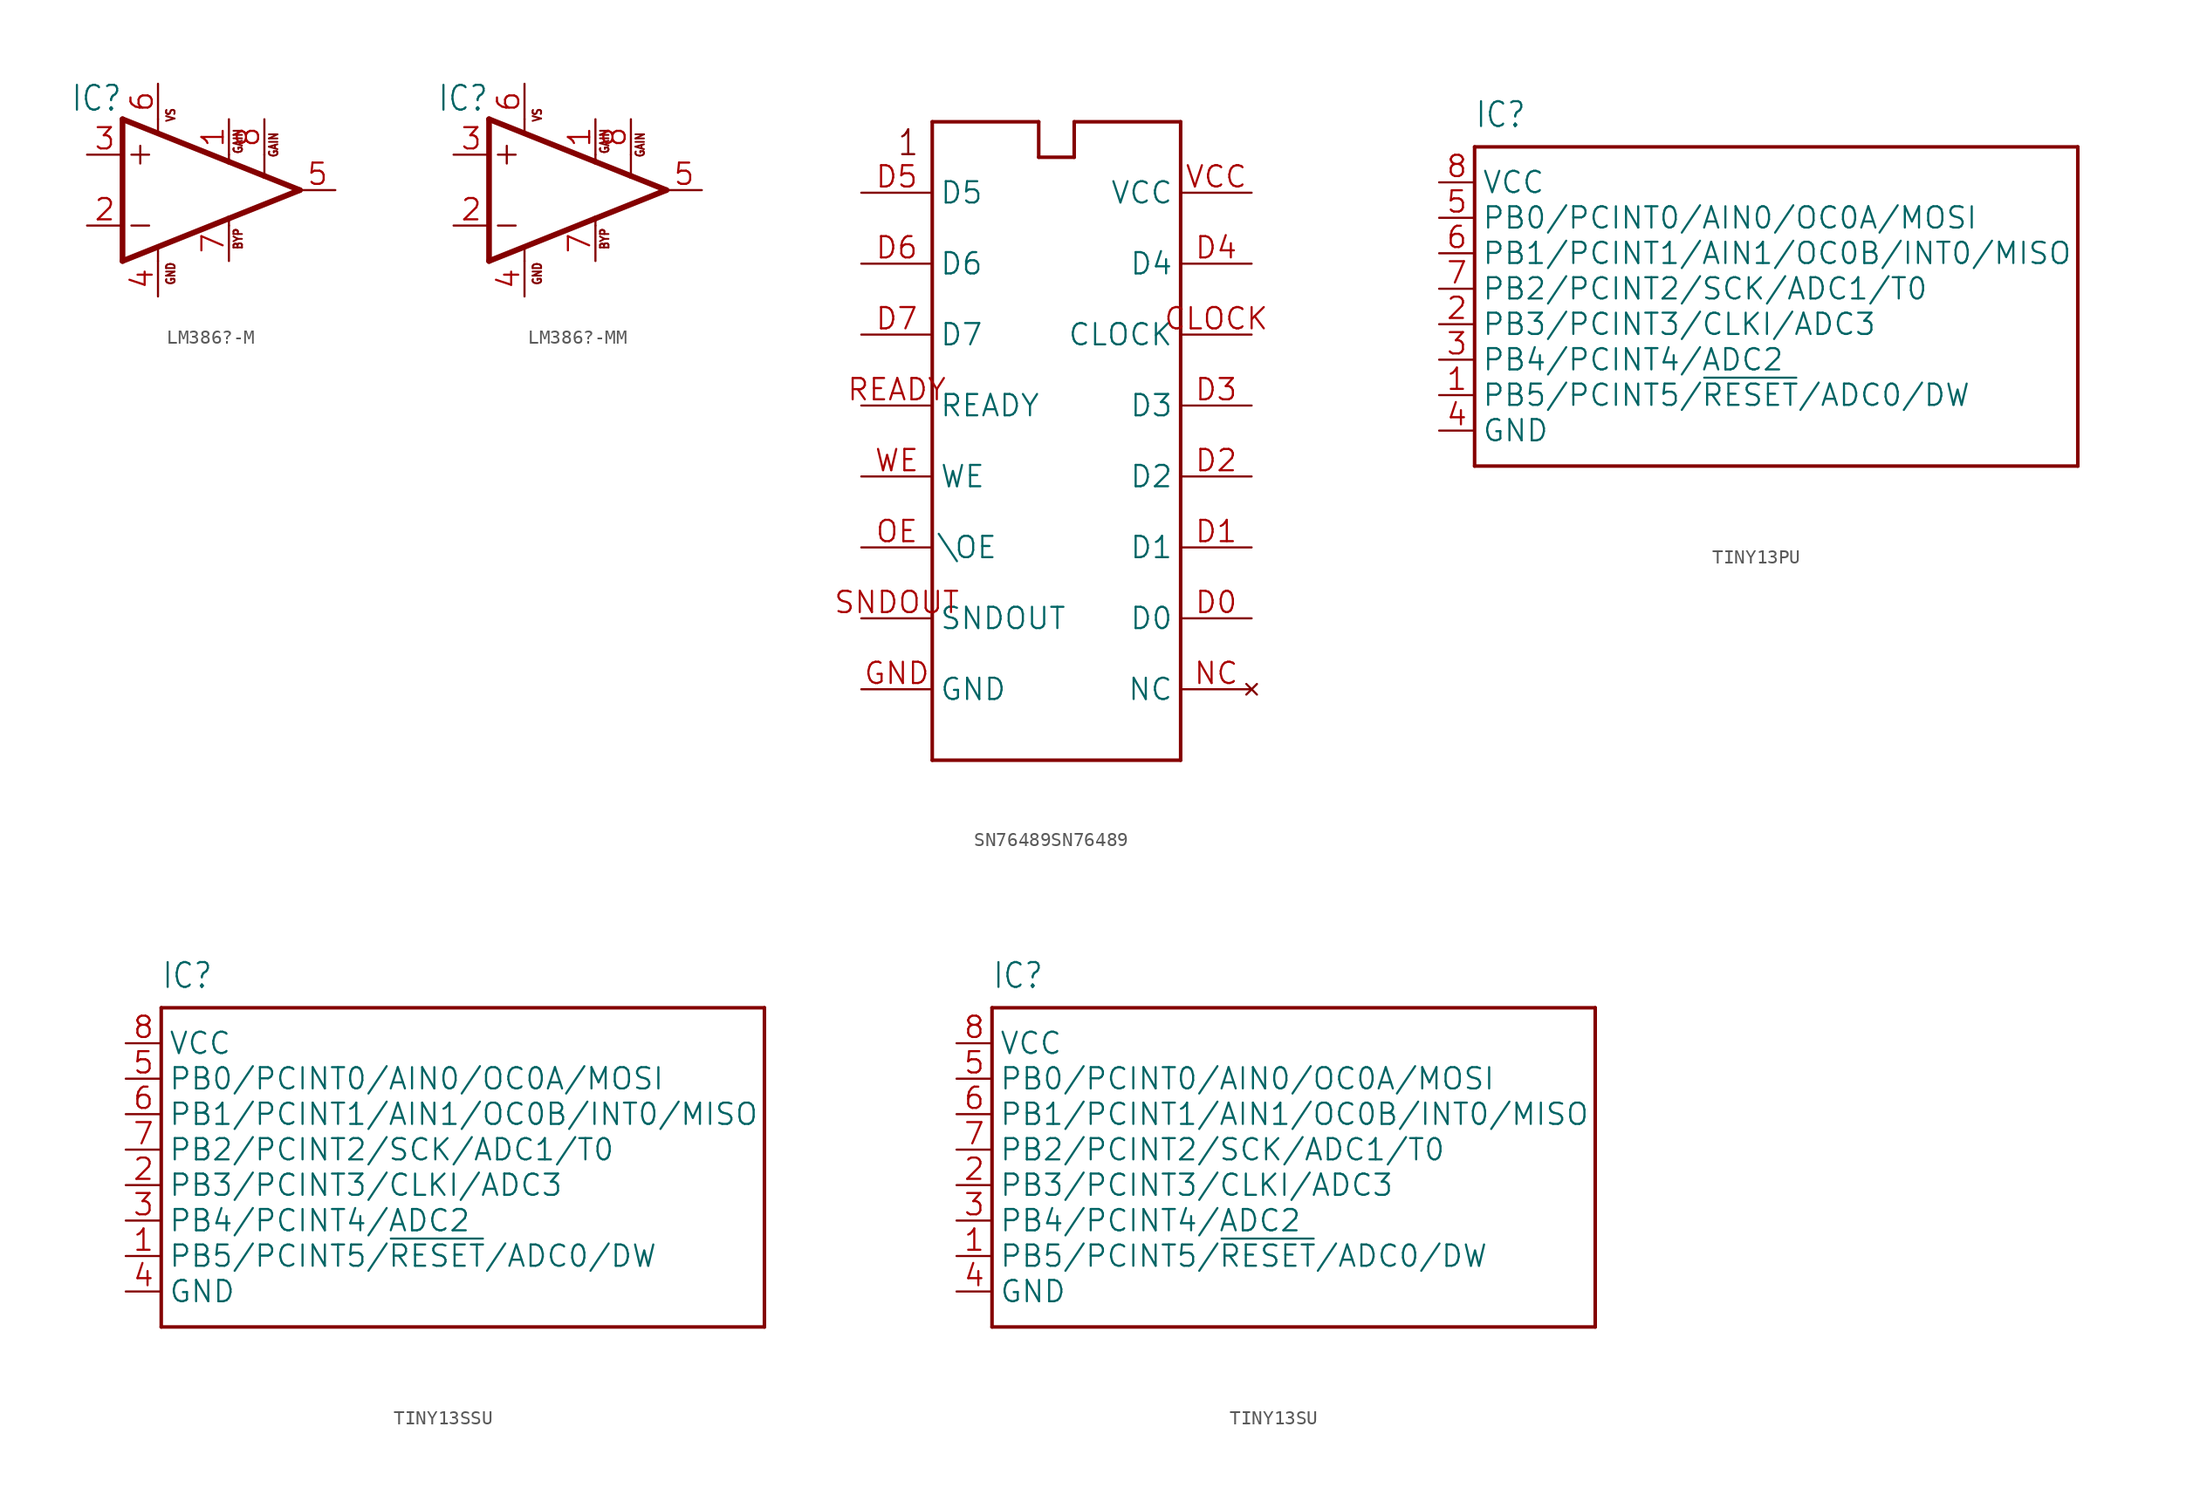
<source format=kicad_sym>
(kicad_symbol_lib
  (version 20241209)
  (generator "kicad_symbol_editor")
  (generator_version "9.0")
  (symbol "LM386?-M"
    (property "Reference" "IC"
      (at -5.08 7.62 0)
      (effects (font (size 1.778 1.511)) (justify right top)))
    (property "Value" ""
      (at 5.08 -3.81 0)
      (effects (font (size 1.778 1.511)) (justify left bottom)))
    (property "ki_locked" ""
      (at 0 0 0)
      (effects (font (size 1.27 1.27))))
    (symbol "LM386?-M_1_0"
      (polyline (pts (xy -5.08 5.08) (xy -5.08 -5.08)) (stroke (width 0.406) (type solid)) (fill (type none)))
      (polyline (pts (xy -5.08 -5.08) (xy 2.54 -2.032)) (stroke (width 0.406) (type solid)) (fill (type none)))
      (polyline (pts (xy -4.445 2.54) (xy -3.175 2.54)) (stroke (width 0.152) (type solid)) (fill (type none)))
      (polyline (pts (xy -4.445 -2.54) (xy -3.175 -2.54)) (stroke (width 0.152) (type solid)) (fill (type none)))
      (polyline (pts (xy -3.81 3.175) (xy -3.81 1.905)) (stroke (width 0.152) (type solid)) (fill (type none)))
      (polyline (pts (xy -2.54 5.08) (xy -2.54 4.14)) (stroke (width 0.152) (type solid)) (fill (type none)))
      (polyline (pts (xy -2.54 -4.14) (xy -2.54 -5.08)) (stroke (width 0.152) (type solid)) (fill (type none)))
      (polyline (pts (xy 2.54 2.54) (xy 2.54 2.032)) (stroke (width 0.152) (type solid)) (fill (type none)))
      (polyline (pts (xy 2.54 2.032) (xy -5.08 5.08)) (stroke (width 0.406) (type solid)) (fill (type none)))
      (polyline (pts (xy 2.54 -2.032) (xy 7.62 0)) (stroke (width 0.406) (type solid)) (fill (type none)))
      (polyline (pts (xy 2.54 -2.54) (xy 2.54 -2.032)) (stroke (width 0.152) (type solid)) (fill (type none)))
      (polyline (pts (xy 5.08 2.54) (xy 5.08 1.016)) (stroke (width 0.152) (type solid)) (fill (type none)))
      (polyline (pts (xy 5.08 1.016) (xy 2.54 2.032)) (stroke (width 0.406) (type solid)) (fill (type none)))
      (polyline (pts (xy 7.62 0) (xy 5.08 1.016)) (stroke (width 0.406) (type solid)) (fill (type none)))
      (text "VS" (at -1.27 4.826 900) (effects (font (size 0.61 0.518)) (justify left bottom)))
      (text "GND" (at -1.27 -6.858 900) (effects (font (size 0.61 0.518)) (justify left bottom)))
      (text "GAIN" (at 3.556 2.54 900) (effects (font (size 0.61 0.518)) (justify left bottom)))
      (text "BYP" (at 3.556 -4.318 900) (effects (font (size 0.61 0.518)) (justify left bottom)))
      (text "GAIN" (at 6.096 2.286 900) (effects (font (size 0.61 0.518)) (justify left bottom)))
      (pin input line (at -7.62 2.54 0) (length 2.54) (name "+IN" (effects (font (size 0 0)))) (number "3" (effects (font (size 1.524 1.524)))))
      (pin input line (at -7.62 -2.54 0) (length 2.54) (name "-IN" (effects (font (size 0 0)))) (number "2" (effects (font (size 1.524 1.524)))))
      (pin power_in line (at -2.54 7.62 270) (length 2.54) (name "VS" (effects (font (size 0 0)))) (number "6" (effects (font (size 1.524 1.524)))))
      (pin power_in line (at -2.54 -7.62 90) (length 2.54) (name "GND" (effects (font (size 0 0)))) (number "4" (effects (font (size 1.524 1.524)))))
      (pin passive line (at 2.54 5.08 270) (length 2.54) (name "GAIN@1" (effects (font (size 0 0)))) (number "1" (effects (font (size 1.524 1.524)))))
      (pin passive line (at 2.54 -5.08 90) (length 2.54) (name "BYPASS" (effects (font (size 0 0)))) (number "7" (effects (font (size 1.524 1.524)))))
      (pin passive line (at 5.08 5.08 270) (length 2.54) (name "GAIN@2" (effects (font (size 0 0)))) (number "8" (effects (font (size 1.524 1.524)))))
      (pin output line (at 10.16 0 180) (length 2.54) (name "OUT" (effects (font (size 0 0)))) (number "5" (effects (font (size 1.524 1.524)))))))
  (symbol "LM386?-MM"
    (property "Reference" "IC"
      (at -5.08 7.62 0)
      (effects (font (size 1.778 1.511)) (justify right top)))
    (property "Value" ""
      (at 5.08 -3.81 0)
      (effects (font (size 1.778 1.511)) (justify left bottom)))
    (property "ki_locked" ""
      (at 0 0 0)
      (effects (font (size 1.27 1.27))))
    (symbol "LM386?-MM_1_0"
      (polyline (pts (xy -5.08 5.08) (xy -5.08 -5.08)) (stroke (width 0.406) (type solid)) (fill (type none)))
      (polyline (pts (xy -5.08 -5.08) (xy 2.54 -2.032)) (stroke (width 0.406) (type solid)) (fill (type none)))
      (polyline (pts (xy -4.445 2.54) (xy -3.175 2.54)) (stroke (width 0.152) (type solid)) (fill (type none)))
      (polyline (pts (xy -4.445 -2.54) (xy -3.175 -2.54)) (stroke (width 0.152) (type solid)) (fill (type none)))
      (polyline (pts (xy -3.81 3.175) (xy -3.81 1.905)) (stroke (width 0.152) (type solid)) (fill (type none)))
      (polyline (pts (xy -2.54 5.08) (xy -2.54 4.14)) (stroke (width 0.152) (type solid)) (fill (type none)))
      (polyline (pts (xy -2.54 -4.14) (xy -2.54 -5.08)) (stroke (width 0.152) (type solid)) (fill (type none)))
      (polyline (pts (xy 2.54 2.54) (xy 2.54 2.032)) (stroke (width 0.152) (type solid)) (fill (type none)))
      (polyline (pts (xy 2.54 2.032) (xy -5.08 5.08)) (stroke (width 0.406) (type solid)) (fill (type none)))
      (polyline (pts (xy 2.54 -2.032) (xy 7.62 0)) (stroke (width 0.406) (type solid)) (fill (type none)))
      (polyline (pts (xy 2.54 -2.54) (xy 2.54 -2.032)) (stroke (width 0.152) (type solid)) (fill (type none)))
      (polyline (pts (xy 5.08 2.54) (xy 5.08 1.016)) (stroke (width 0.152) (type solid)) (fill (type none)))
      (polyline (pts (xy 5.08 1.016) (xy 2.54 2.032)) (stroke (width 0.406) (type solid)) (fill (type none)))
      (polyline (pts (xy 7.62 0) (xy 5.08 1.016)) (stroke (width 0.406) (type solid)) (fill (type none)))
      (text "VS" (at -1.27 4.826 900) (effects (font (size 0.61 0.518)) (justify left bottom)))
      (text "GND" (at -1.27 -6.858 900) (effects (font (size 0.61 0.518)) (justify left bottom)))
      (text "GAIN" (at 3.556 2.54 900) (effects (font (size 0.61 0.518)) (justify left bottom)))
      (text "BYP" (at 3.556 -4.318 900) (effects (font (size 0.61 0.518)) (justify left bottom)))
      (text "GAIN" (at 6.096 2.286 900) (effects (font (size 0.61 0.518)) (justify left bottom)))
      (pin input line (at -7.62 2.54 0) (length 2.54) (name "+IN" (effects (font (size 0 0)))) (number "3" (effects (font (size 1.524 1.524)))))
      (pin input line (at -7.62 -2.54 0) (length 2.54) (name "-IN" (effects (font (size 0 0)))) (number "2" (effects (font (size 1.524 1.524)))))
      (pin power_in line (at -2.54 7.62 270) (length 2.54) (name "VS" (effects (font (size 0 0)))) (number "6" (effects (font (size 1.524 1.524)))))
      (pin power_in line (at -2.54 -7.62 90) (length 2.54) (name "GND" (effects (font (size 0 0)))) (number "4" (effects (font (size 1.524 1.524)))))
      (pin passive line (at 2.54 5.08 270) (length 2.54) (name "GAIN@1" (effects (font (size 0 0)))) (number "1" (effects (font (size 1.524 1.524)))))
      (pin passive line (at 2.54 -5.08 90) (length 2.54) (name "BYPASS" (effects (font (size 0 0)))) (number "7" (effects (font (size 1.524 1.524)))))
      (pin passive line (at 5.08 5.08 270) (length 2.54) (name "GAIN@2" (effects (font (size 0 0)))) (number "8" (effects (font (size 1.524 1.524)))))
      (pin output line (at 10.16 0 180) (length 2.54) (name "OUT" (effects (font (size 0 0)))) (number "5" (effects (font (size 1.524 1.524)))))))
  (symbol "SN76489SN76489"
    (property "Reference" ""
      (at 0 0 0)
      (effects (font (size 1.27 1.27)) (hide yes)))
    (property "ki_locked" ""
      (at 0 0 0)
      (effects (font (size 1.27 1.27))))
    (symbol "SN76489SN76489_1_0"
      (polyline (pts (xy 5.08 40.64) (xy 5.08 -5.08)) (stroke (width 0.254) (type solid)) (fill (type none)))
      (polyline (pts (xy 5.08 40.64) (xy 12.7 40.64)) (stroke (width 0.254) (type solid)) (fill (type none)))
      (polyline (pts (xy 5.08 -5.08) (xy 22.86 -5.08)) (stroke (width 0.254) (type solid)) (fill (type none)))
      (polyline (pts (xy 12.7 40.64) (xy 12.7 38.1)) (stroke (width 0.254) (type solid)) (fill (type none)))
      (polyline (pts (xy 12.7 38.1) (xy 15.24 38.1)) (stroke (width 0.254) (type solid)) (fill (type none)))
      (polyline (pts (xy 15.24 40.64) (xy 22.86 40.64)) (stroke (width 0.254) (type solid)) (fill (type none)))
      (polyline (pts (xy 15.24 38.1) (xy 15.24 40.64)) (stroke (width 0.254) (type solid)) (fill (type none)))
      (polyline (pts (xy 22.86 -5.08) (xy 22.86 40.64)) (stroke (width 0.254) (type solid)) (fill (type none)))
      (text "1" (at 2.54 38.1 0) (effects (font (size 1.778 1.511)) (justify left bottom)))
      (pin bidirectional line (at 0 35.56 0) (length 5.08) (name "D5" (effects (font (size 1.524 1.524)))) (number "D5" (effects (font (size 1.524 1.524)))))
      (pin bidirectional line (at 0 30.48 0) (length 5.08) (name "D6" (effects (font (size 1.524 1.524)))) (number "D6" (effects (font (size 1.524 1.524)))))
      (pin bidirectional line (at 0 25.4 0) (length 5.08) (name "D7" (effects (font (size 1.524 1.524)))) (number "D7" (effects (font (size 1.524 1.524)))))
      (pin bidirectional line (at 0 20.32 0) (length 5.08) (name "READY" (effects (font (size 1.524 1.524)))) (number "READY" (effects (font (size 1.524 1.524)))))
      (pin bidirectional line (at 0 15.24 0) (length 5.08) (name "WE" (effects (font (size 1.524 1.524)))) (number "WE" (effects (font (size 1.524 1.524)))))
      (pin bidirectional line (at 0 10.16 0) (length 5.08) (name "\\OE" (effects (font (size 1.524 1.524)))) (number "OE" (effects (font (size 1.524 1.524)))))
      (pin output line (at 0 5.08 0) (length 5.08) (name "SNDOUT" (effects (font (size 1.524 1.524)))) (number "SNDOUT" (effects (font (size 1.524 1.524)))))
      (pin bidirectional line (at 0 0 0) (length 5.08) (name "GND" (effects (font (size 1.524 1.524)))) (number "GND" (effects (font (size 1.524 1.524)))))
      (pin power_in line (at 27.94 35.56 180) (length 5.08) (name "VCC" (effects (font (size 1.524 1.524)))) (number "VCC" (effects (font (size 1.524 1.524)))))
      (pin bidirectional line (at 27.94 30.48 180) (length 5.08) (name "D4" (effects (font (size 1.524 1.524)))) (number "D4" (effects (font (size 1.524 1.524)))))
      (pin bidirectional line (at 27.94 25.4 180) (length 5.08) (name "CLOCK" (effects (font (size 1.524 1.524)))) (number "CLOCK" (effects (font (size 1.524 1.524)))))
      (pin bidirectional line (at 27.94 20.32 180) (length 5.08) (name "D3" (effects (font (size 1.524 1.524)))) (number "D3" (effects (font (size 1.524 1.524)))))
      (pin bidirectional line (at 27.94 15.24 180) (length 5.08) (name "D2" (effects (font (size 1.524 1.524)))) (number "D2" (effects (font (size 1.524 1.524)))))
      (pin bidirectional line (at 27.94 10.16 180) (length 5.08) (name "D1" (effects (font (size 1.524 1.524)))) (number "D1" (effects (font (size 1.524 1.524)))))
      (pin bidirectional line (at 27.94 5.08 180) (length 5.08) (name "D0" (effects (font (size 1.524 1.524)))) (number "D0" (effects (font (size 1.524 1.524)))))
      (pin no_connect line (at 27.94 0 180) (length 5.08) (name "NC" (effects (font (size 1.524 1.524)))) (number "NC" (effects (font (size 1.524 1.524)))))))
  (symbol "TINY13PU"
    (property "Reference" "IC"
      (at -17.78 16.51 0)
      (effects (font (size 1.778 1.511)) (justify left bottom)))
    (property "Value" ""
      (at -17.78 -10.16 0)
      (effects (font (size 1.778 1.511)) (justify left bottom)))
    (property "ki_locked" ""
      (at 0 0 0)
      (effects (font (size 1.27 1.27))))
    (symbol "TINY13PU_1_0"
      (polyline (pts (xy -17.78 15.24) (xy 25.4 15.24)) (stroke (width 0.254) (type solid)) (fill (type none)))
      (polyline (pts (xy -17.78 -7.62) (xy -17.78 15.24)) (stroke (width 0.254) (type solid)) (fill (type none)))
      (polyline (pts (xy 25.4 15.24) (xy 25.4 -7.62)) (stroke (width 0.254) (type solid)) (fill (type none)))
      (polyline (pts (xy 25.4 -7.62) (xy -17.78 -7.62)) (stroke (width 0.254) (type solid)) (fill (type none)))
      (pin power_in line (at -20.32 12.7 0) (length 2.54) (name "VCC" (effects (font (size 1.524 1.524)))) (number "8" (effects (font (size 1.524 1.524)))))
      (pin bidirectional line (at -20.32 10.16 0) (length 2.54) (name "PB0/PCINT0/AIN0/OC0A/MOSI" (effects (font (size 1.524 1.524)))) (number "5" (effects (font (size 1.524 1.524)))))
      (pin bidirectional line (at -20.32 7.62 0) (length 2.54) (name "PB1/PCINT1/AIN1/OC0B/INT0/MISO" (effects (font (size 1.524 1.524)))) (number "6" (effects (font (size 1.524 1.524)))))
      (pin bidirectional line (at -20.32 5.08 0) (length 2.54) (name "PB2/PCINT2/SCK/ADC1/T0" (effects (font (size 1.524 1.524)))) (number "7" (effects (font (size 1.524 1.524)))))
      (pin bidirectional line (at -20.32 2.54 0) (length 2.54) (name "PB3/PCINT3/CLKI/ADC3" (effects (font (size 1.524 1.524)))) (number "2" (effects (font (size 1.524 1.524)))))
      (pin bidirectional line (at -20.32 0 0) (length 2.54) (name "PB4/PCINT4/ADC2" (effects (font (size 1.524 1.524)))) (number "3" (effects (font (size 1.524 1.524)))))
      (pin bidirectional line (at -20.32 -2.54 0) (length 2.54) (name "PB5/PCINT5/~{RESET}/ADC0/DW" (effects (font (size 1.524 1.524)))) (number "1" (effects (font (size 1.524 1.524)))))
      (pin power_in line (at -20.32 -5.08 0) (length 2.54) (name "GND" (effects (font (size 1.524 1.524)))) (number "4" (effects (font (size 1.524 1.524)))))))
  (symbol "TINY13SSU"
    (property "Reference" "IC"
      (at -17.78 16.51 0)
      (effects (font (size 1.778 1.511)) (justify left bottom)))
    (property "Value" ""
      (at -17.78 -10.16 0)
      (effects (font (size 1.778 1.511)) (justify left bottom)))
    (property "ki_locked" ""
      (at 0 0 0)
      (effects (font (size 1.27 1.27))))
    (symbol "TINY13SSU_1_0"
      (polyline (pts (xy -17.78 15.24) (xy 25.4 15.24)) (stroke (width 0.254) (type solid)) (fill (type none)))
      (polyline (pts (xy -17.78 -7.62) (xy -17.78 15.24)) (stroke (width 0.254) (type solid)) (fill (type none)))
      (polyline (pts (xy 25.4 15.24) (xy 25.4 -7.62)) (stroke (width 0.254) (type solid)) (fill (type none)))
      (polyline (pts (xy 25.4 -7.62) (xy -17.78 -7.62)) (stroke (width 0.254) (type solid)) (fill (type none)))
      (pin power_in line (at -20.32 12.7 0) (length 2.54) (name "VCC" (effects (font (size 1.524 1.524)))) (number "8" (effects (font (size 1.524 1.524)))))
      (pin bidirectional line (at -20.32 10.16 0) (length 2.54) (name "PB0/PCINT0/AIN0/OC0A/MOSI" (effects (font (size 1.524 1.524)))) (number "5" (effects (font (size 1.524 1.524)))))
      (pin bidirectional line (at -20.32 7.62 0) (length 2.54) (name "PB1/PCINT1/AIN1/OC0B/INT0/MISO" (effects (font (size 1.524 1.524)))) (number "6" (effects (font (size 1.524 1.524)))))
      (pin bidirectional line (at -20.32 5.08 0) (length 2.54) (name "PB2/PCINT2/SCK/ADC1/T0" (effects (font (size 1.524 1.524)))) (number "7" (effects (font (size 1.524 1.524)))))
      (pin bidirectional line (at -20.32 2.54 0) (length 2.54) (name "PB3/PCINT3/CLKI/ADC3" (effects (font (size 1.524 1.524)))) (number "2" (effects (font (size 1.524 1.524)))))
      (pin bidirectional line (at -20.32 0 0) (length 2.54) (name "PB4/PCINT4/ADC2" (effects (font (size 1.524 1.524)))) (number "3" (effects (font (size 1.524 1.524)))))
      (pin bidirectional line (at -20.32 -2.54 0) (length 2.54) (name "PB5/PCINT5/~{RESET}/ADC0/DW" (effects (font (size 1.524 1.524)))) (number "1" (effects (font (size 1.524 1.524)))))
      (pin power_in line (at -20.32 -5.08 0) (length 2.54) (name "GND" (effects (font (size 1.524 1.524)))) (number "4" (effects (font (size 1.524 1.524)))))))
  (symbol "TINY13SU"
    (property "Reference" "IC"
      (at -17.78 16.51 0)
      (effects (font (size 1.778 1.511)) (justify left bottom)))
    (property "Value" ""
      (at -17.78 -10.16 0)
      (effects (font (size 1.778 1.511)) (justify left bottom)))
    (property "ki_locked" ""
      (at 0 0 0)
      (effects (font (size 1.27 1.27))))
    (symbol "TINY13SU_1_0"
      (polyline (pts (xy -17.78 15.24) (xy 25.4 15.24)) (stroke (width 0.254) (type solid)) (fill (type none)))
      (polyline (pts (xy -17.78 -7.62) (xy -17.78 15.24)) (stroke (width 0.254) (type solid)) (fill (type none)))
      (polyline (pts (xy 25.4 15.24) (xy 25.4 -7.62)) (stroke (width 0.254) (type solid)) (fill (type none)))
      (polyline (pts (xy 25.4 -7.62) (xy -17.78 -7.62)) (stroke (width 0.254) (type solid)) (fill (type none)))
      (pin power_in line (at -20.32 12.7 0) (length 2.54) (name "VCC" (effects (font (size 1.524 1.524)))) (number "8" (effects (font (size 1.524 1.524)))))
      (pin bidirectional line (at -20.32 10.16 0) (length 2.54) (name "PB0/PCINT0/AIN0/OC0A/MOSI" (effects (font (size 1.524 1.524)))) (number "5" (effects (font (size 1.524 1.524)))))
      (pin bidirectional line (at -20.32 7.62 0) (length 2.54) (name "PB1/PCINT1/AIN1/OC0B/INT0/MISO" (effects (font (size 1.524 1.524)))) (number "6" (effects (font (size 1.524 1.524)))))
      (pin bidirectional line (at -20.32 5.08 0) (length 2.54) (name "PB2/PCINT2/SCK/ADC1/T0" (effects (font (size 1.524 1.524)))) (number "7" (effects (font (size 1.524 1.524)))))
      (pin bidirectional line (at -20.32 2.54 0) (length 2.54) (name "PB3/PCINT3/CLKI/ADC3" (effects (font (size 1.524 1.524)))) (number "2" (effects (font (size 1.524 1.524)))))
      (pin bidirectional line (at -20.32 0 0) (length 2.54) (name "PB4/PCINT4/ADC2" (effects (font (size 1.524 1.524)))) (number "3" (effects (font (size 1.524 1.524)))))
      (pin bidirectional line (at -20.32 -2.54 0) (length 2.54) (name "PB5/PCINT5/~{RESET}/ADC0/DW" (effects (font (size 1.524 1.524)))) (number "1" (effects (font (size 1.524 1.524)))))
      (pin power_in line (at -20.32 -5.08 0) (length 2.54) (name "GND" (effects (font (size 1.524 1.524)))) (number "4" (effects (font (size 1.524 1.524))))))))
</source>
